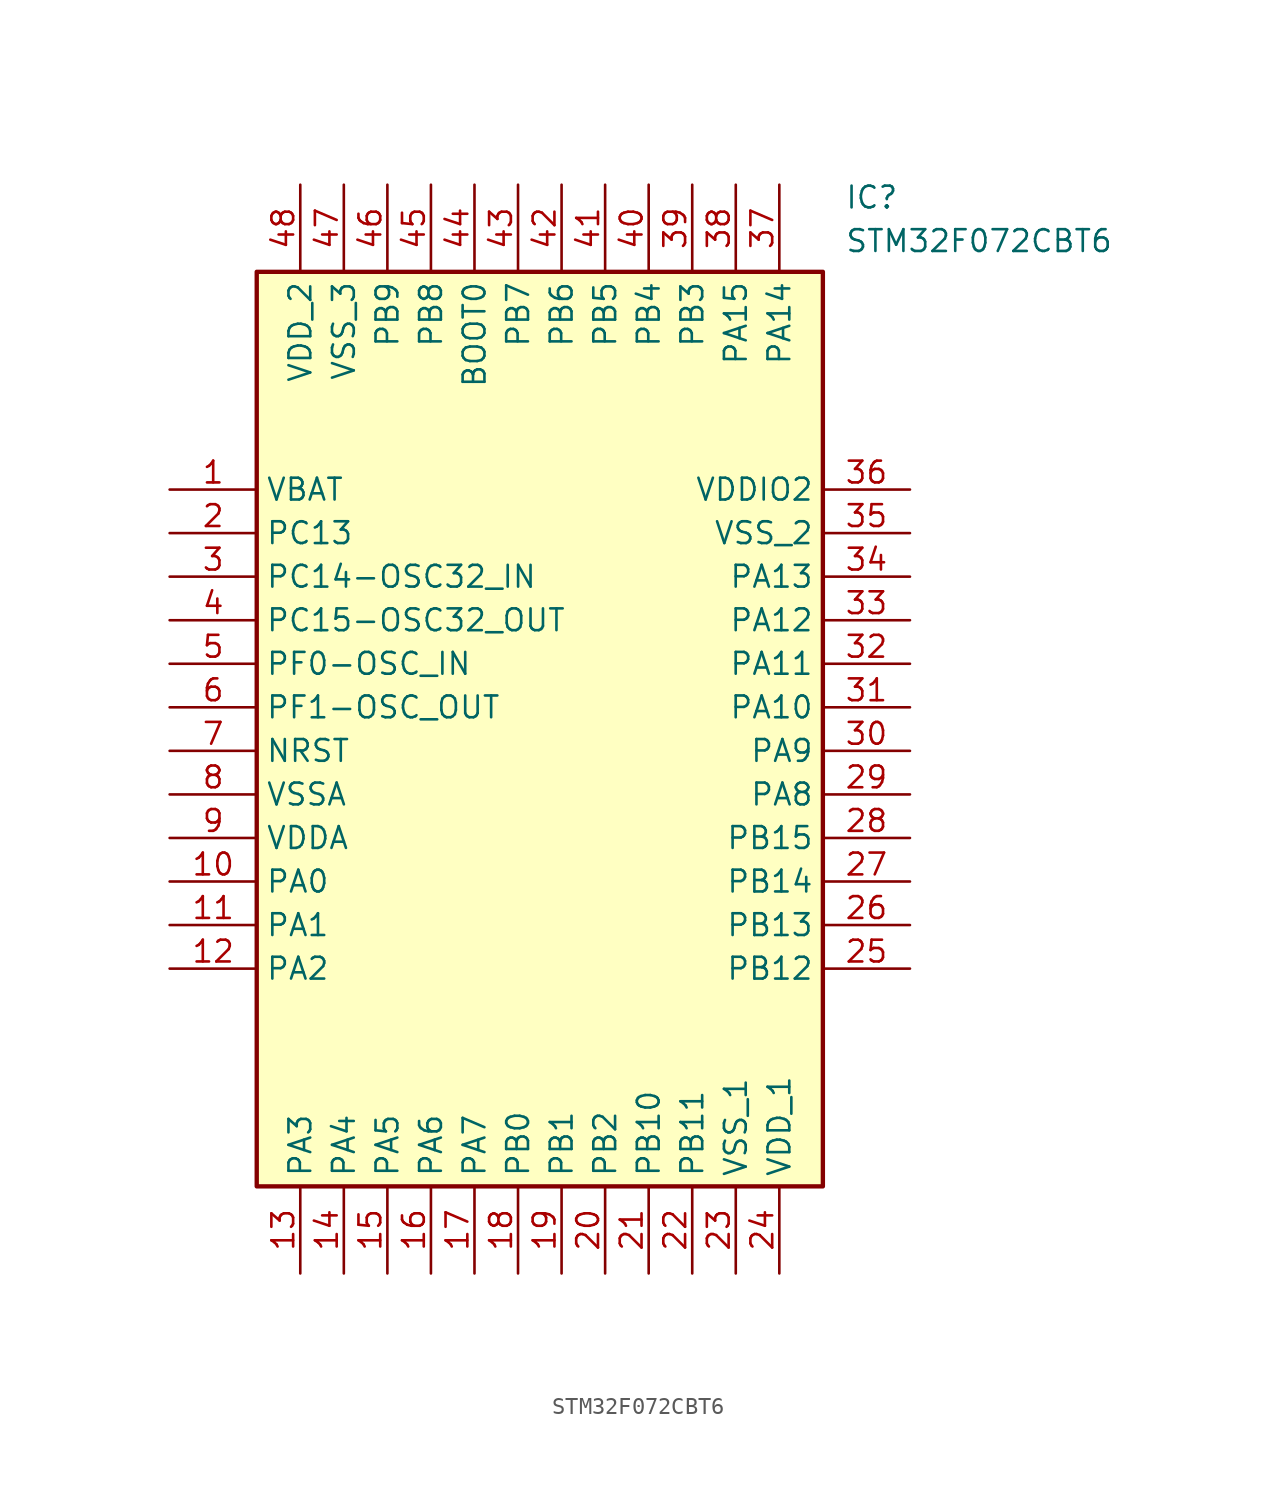
<source format=kicad_sym>
(kicad_symbol_lib
  (version 20211014)
  (generator SamacSys_ECAD_Model)
  (symbol "STM32F072CBT6"
    (property "Reference" "IC"
      (at 39.37 17.78 0)
      (effects (font (size 1.27 1.27)) (justify left top)))
    (property "Value" "STM32F072CBT6"
      (at 39.37 15.24 0)
      (effects (font (size 1.27 1.27)) (justify left top)))
    (rectangle
      (start 5.08 12.7)
      (end 38.1 -40.64)
      (stroke (width 0.254) (type default))
      (fill (type background)))
    (pin passive line
      (at 0 0 0)
      (length 5.08)
      (name "VBAT" (effects (font (size 1.27 1.27))))
      (number "1" (effects (font (size 1.27 1.27)))))
    (pin passive line
      (at 0 -2.54 0)
      (length 5.08)
      (name "PC13" (effects (font (size 1.27 1.27))))
      (number "2" (effects (font (size 1.27 1.27)))))
    (pin passive line
      (at 0 -5.08 0)
      (length 5.08)
      (name "PC14-OSC32_IN" (effects (font (size 1.27 1.27))))
      (number "3" (effects (font (size 1.27 1.27)))))
    (pin passive line
      (at 0 -7.62 0)
      (length 5.08)
      (name "PC15-OSC32_OUT" (effects (font (size 1.27 1.27))))
      (number "4" (effects (font (size 1.27 1.27)))))
    (pin passive line
      (at 0 -10.16 0)
      (length 5.08)
      (name "PF0-OSC_IN" (effects (font (size 1.27 1.27))))
      (number "5" (effects (font (size 1.27 1.27)))))
    (pin passive line
      (at 0 -12.7 0)
      (length 5.08)
      (name "PF1-OSC_OUT" (effects (font (size 1.27 1.27))))
      (number "6" (effects (font (size 1.27 1.27)))))
    (pin passive line
      (at 0 -15.24 0)
      (length 5.08)
      (name "NRST" (effects (font (size 1.27 1.27))))
      (number "7" (effects (font (size 1.27 1.27)))))
    (pin passive line
      (at 0 -17.78 0)
      (length 5.08)
      (name "VSSA" (effects (font (size 1.27 1.27))))
      (number "8" (effects (font (size 1.27 1.27)))))
    (pin passive line
      (at 0 -20.32 0)
      (length 5.08)
      (name "VDDA" (effects (font (size 1.27 1.27))))
      (number "9" (effects (font (size 1.27 1.27)))))
    (pin passive line
      (at 0 -22.86 0)
      (length 5.08)
      (name "PA0" (effects (font (size 1.27 1.27))))
      (number "10" (effects (font (size 1.27 1.27)))))
    (pin passive line
      (at 0 -25.4 0)
      (length 5.08)
      (name "PA1" (effects (font (size 1.27 1.27))))
      (number "11" (effects (font (size 1.27 1.27)))))
    (pin passive line
      (at 0 -27.94 0)
      (length 5.08)
      (name "PA2" (effects (font (size 1.27 1.27))))
      (number "12" (effects (font (size 1.27 1.27)))))
    (pin passive line
      (at 7.62 -45.72 90)
      (length 5.08)
      (name "PA3" (effects (font (size 1.27 1.27))))
      (number "13" (effects (font (size 1.27 1.27)))))
    (pin passive line
      (at 10.16 -45.72 90)
      (length 5.08)
      (name "PA4" (effects (font (size 1.27 1.27))))
      (number "14" (effects (font (size 1.27 1.27)))))
    (pin passive line
      (at 12.7 -45.72 90)
      (length 5.08)
      (name "PA5" (effects (font (size 1.27 1.27))))
      (number "15" (effects (font (size 1.27 1.27)))))
    (pin passive line
      (at 15.24 -45.72 90)
      (length 5.08)
      (name "PA6" (effects (font (size 1.27 1.27))))
      (number "16" (effects (font (size 1.27 1.27)))))
    (pin passive line
      (at 17.78 -45.72 90)
      (length 5.08)
      (name "PA7" (effects (font (size 1.27 1.27))))
      (number "17" (effects (font (size 1.27 1.27)))))
    (pin passive line
      (at 20.32 -45.72 90)
      (length 5.08)
      (name "PB0" (effects (font (size 1.27 1.27))))
      (number "18" (effects (font (size 1.27 1.27)))))
    (pin passive line
      (at 22.86 -45.72 90)
      (length 5.08)
      (name "PB1" (effects (font (size 1.27 1.27))))
      (number "19" (effects (font (size 1.27 1.27)))))
    (pin passive line
      (at 25.4 -45.72 90)
      (length 5.08)
      (name "PB2" (effects (font (size 1.27 1.27))))
      (number "20" (effects (font (size 1.27 1.27)))))
    (pin passive line
      (at 27.94 -45.72 90)
      (length 5.08)
      (name "PB10" (effects (font (size 1.27 1.27))))
      (number "21" (effects (font (size 1.27 1.27)))))
    (pin passive line
      (at 30.48 -45.72 90)
      (length 5.08)
      (name "PB11" (effects (font (size 1.27 1.27))))
      (number "22" (effects (font (size 1.27 1.27)))))
    (pin passive line
      (at 33.02 -45.72 90)
      (length 5.08)
      (name "VSS_1" (effects (font (size 1.27 1.27))))
      (number "23" (effects (font (size 1.27 1.27)))))
    (pin passive line
      (at 35.56 -45.72 90)
      (length 5.08)
      (name "VDD_1" (effects (font (size 1.27 1.27))))
      (number "24" (effects (font (size 1.27 1.27)))))
    (pin passive line
      (at 43.18 0 180)
      (length 5.08)
      (name "VDDIO2" (effects (font (size 1.27 1.27))))
      (number "36" (effects (font (size 1.27 1.27)))))
    (pin passive line
      (at 43.18 -2.54 180)
      (length 5.08)
      (name "VSS_2" (effects (font (size 1.27 1.27))))
      (number "35" (effects (font (size 1.27 1.27)))))
    (pin passive line
      (at 43.18 -5.08 180)
      (length 5.08)
      (name "PA13" (effects (font (size 1.27 1.27))))
      (number "34" (effects (font (size 1.27 1.27)))))
    (pin passive line
      (at 43.18 -7.62 180)
      (length 5.08)
      (name "PA12" (effects (font (size 1.27 1.27))))
      (number "33" (effects (font (size 1.27 1.27)))))
    (pin passive line
      (at 43.18 -10.16 180)
      (length 5.08)
      (name "PA11" (effects (font (size 1.27 1.27))))
      (number "32" (effects (font (size 1.27 1.27)))))
    (pin passive line
      (at 43.18 -12.7 180)
      (length 5.08)
      (name "PA10" (effects (font (size 1.27 1.27))))
      (number "31" (effects (font (size 1.27 1.27)))))
    (pin passive line
      (at 43.18 -15.24 180)
      (length 5.08)
      (name "PA9" (effects (font (size 1.27 1.27))))
      (number "30" (effects (font (size 1.27 1.27)))))
    (pin passive line
      (at 43.18 -17.78 180)
      (length 5.08)
      (name "PA8" (effects (font (size 1.27 1.27))))
      (number "29" (effects (font (size 1.27 1.27)))))
    (pin passive line
      (at 43.18 -20.32 180)
      (length 5.08)
      (name "PB15" (effects (font (size 1.27 1.27))))
      (number "28" (effects (font (size 1.27 1.27)))))
    (pin passive line
      (at 43.18 -22.86 180)
      (length 5.08)
      (name "PB14" (effects (font (size 1.27 1.27))))
      (number "27" (effects (font (size 1.27 1.27)))))
    (pin passive line
      (at 43.18 -25.4 180)
      (length 5.08)
      (name "PB13" (effects (font (size 1.27 1.27))))
      (number "26" (effects (font (size 1.27 1.27)))))
    (pin passive line
      (at 43.18 -27.94 180)
      (length 5.08)
      (name "PB12" (effects (font (size 1.27 1.27))))
      (number "25" (effects (font (size 1.27 1.27)))))
    (pin passive line
      (at 7.62 17.78 270)
      (length 5.08)
      (name "VDD_2" (effects (font (size 1.27 1.27))))
      (number "48" (effects (font (size 1.27 1.27)))))
    (pin passive line
      (at 10.16 17.78 270)
      (length 5.08)
      (name "VSS_3" (effects (font (size 1.27 1.27))))
      (number "47" (effects (font (size 1.27 1.27)))))
    (pin passive line
      (at 12.7 17.78 270)
      (length 5.08)
      (name "PB9" (effects (font (size 1.27 1.27))))
      (number "46" (effects (font (size 1.27 1.27)))))
    (pin passive line
      (at 15.24 17.78 270)
      (length 5.08)
      (name "PB8" (effects (font (size 1.27 1.27))))
      (number "45" (effects (font (size 1.27 1.27)))))
    (pin passive line
      (at 17.78 17.78 270)
      (length 5.08)
      (name "BOOT0" (effects (font (size 1.27 1.27))))
      (number "44" (effects (font (size 1.27 1.27)))))
    (pin passive line
      (at 20.32 17.78 270)
      (length 5.08)
      (name "PB7" (effects (font (size 1.27 1.27))))
      (number "43" (effects (font (size 1.27 1.27)))))
    (pin passive line
      (at 22.86 17.78 270)
      (length 5.08)
      (name "PB6" (effects (font (size 1.27 1.27))))
      (number "42" (effects (font (size 1.27 1.27)))))
    (pin passive line
      (at 25.4 17.78 270)
      (length 5.08)
      (name "PB5" (effects (font (size 1.27 1.27))))
      (number "41" (effects (font (size 1.27 1.27)))))
    (pin passive line
      (at 27.94 17.78 270)
      (length 5.08)
      (name "PB4" (effects (font (size 1.27 1.27))))
      (number "40" (effects (font (size 1.27 1.27)))))
    (pin passive line
      (at 30.48 17.78 270)
      (length 5.08)
      (name "PB3" (effects (font (size 1.27 1.27))))
      (number "39" (effects (font (size 1.27 1.27)))))
    (pin passive line
      (at 33.02 17.78 270)
      (length 5.08)
      (name "PA15" (effects (font (size 1.27 1.27))))
      (number "38" (effects (font (size 1.27 1.27)))))
    (pin passive line
      (at 35.56 17.78 270)
      (length 5.08)
      (name "PA14" (effects (font (size 1.27 1.27))))
      (number "37" (effects (font (size 1.27 1.27)))))))
</source>
